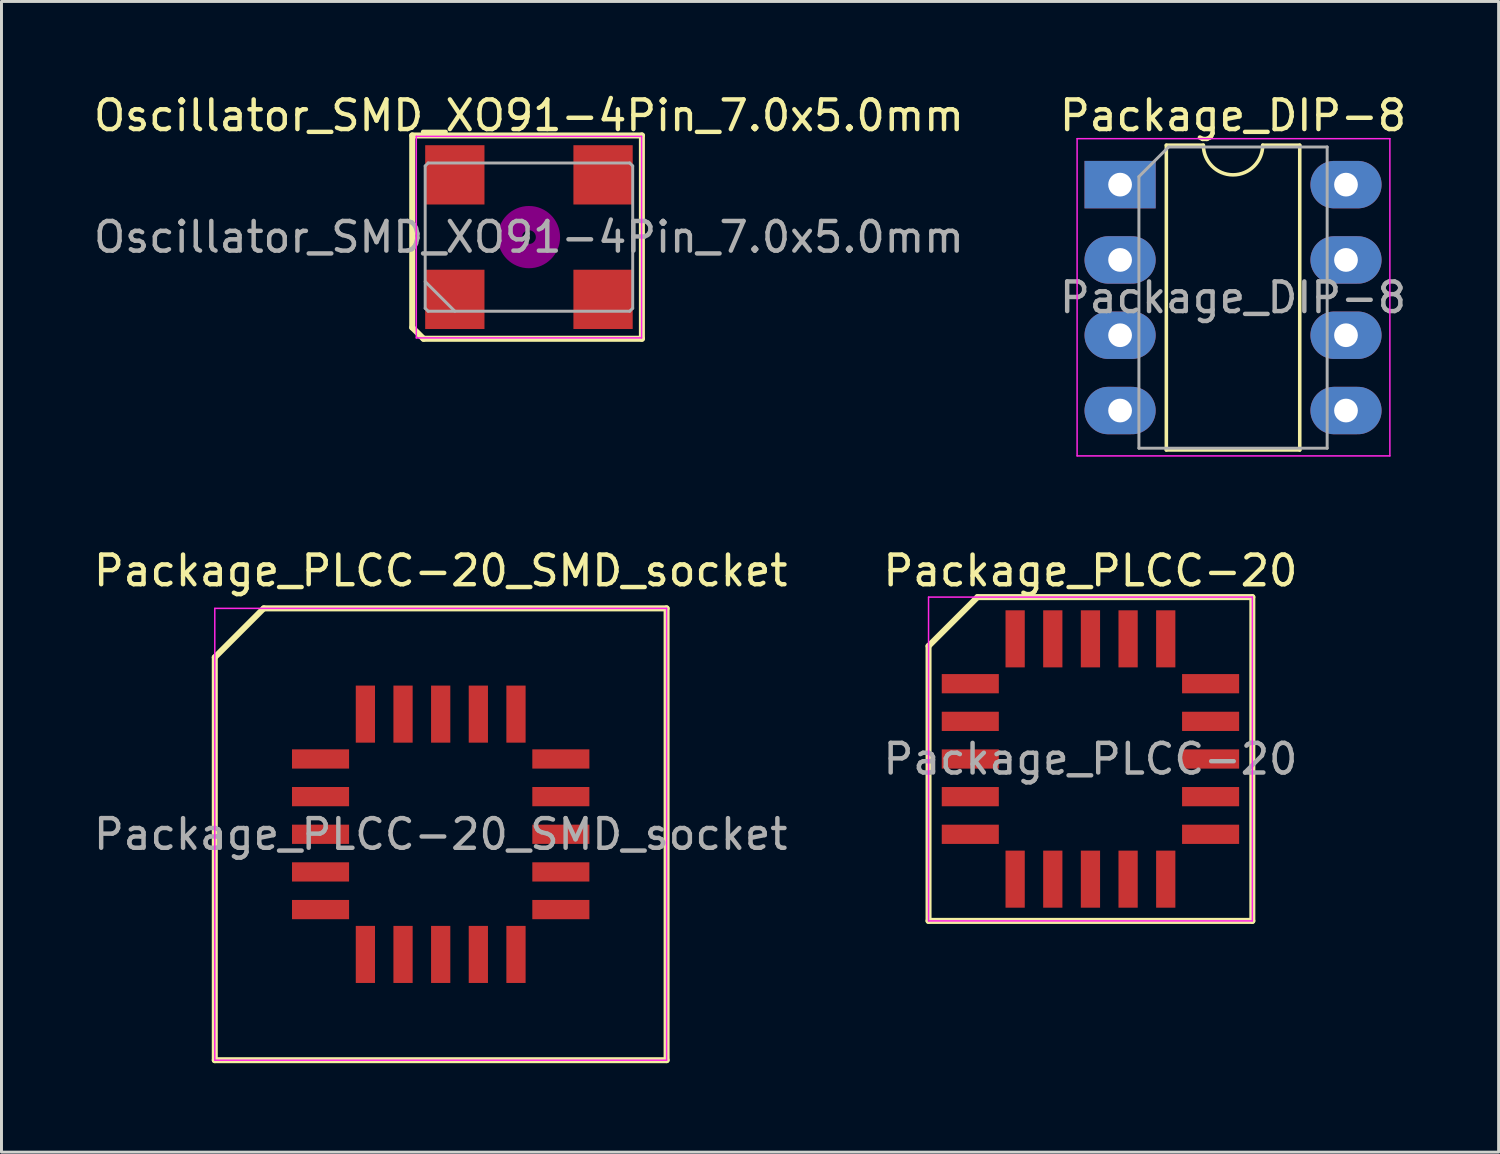
<source format=kicad_pcb>
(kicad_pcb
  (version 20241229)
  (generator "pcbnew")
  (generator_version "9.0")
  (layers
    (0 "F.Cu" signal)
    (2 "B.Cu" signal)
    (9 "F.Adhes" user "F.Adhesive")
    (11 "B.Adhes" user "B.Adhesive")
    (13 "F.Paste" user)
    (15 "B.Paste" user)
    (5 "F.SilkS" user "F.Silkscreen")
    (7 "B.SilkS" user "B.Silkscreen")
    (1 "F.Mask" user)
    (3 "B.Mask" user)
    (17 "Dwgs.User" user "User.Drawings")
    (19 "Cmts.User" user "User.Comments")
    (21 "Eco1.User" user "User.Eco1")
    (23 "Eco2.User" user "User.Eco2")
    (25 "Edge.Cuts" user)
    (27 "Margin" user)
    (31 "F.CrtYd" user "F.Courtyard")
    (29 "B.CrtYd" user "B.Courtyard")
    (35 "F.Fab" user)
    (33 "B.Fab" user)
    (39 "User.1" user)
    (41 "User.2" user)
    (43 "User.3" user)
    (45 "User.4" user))
  (footprint "Package_PLCC-20"
    (layer "F.Cu")
    (at 33.732 22.552)
    (property "Reference" "Package_PLCC-20" (at 0 -6.35 0) (layer "F.SilkS") (effects (font (size 1 1) (thickness 0.15))))
    (attr smd)
    (fp_line (start -5.461 -3.81) (end -5.461 5.461) (stroke (width 0.203) (type solid)) (layer "F.SilkS"))
    (fp_line (start -5.461 5.461) (end 5.461 5.461) (stroke (width 0.203) (type solid)) (layer "F.SilkS"))
    (fp_line (start -3.81 -5.461) (end -5.461 -3.81) (stroke (width 0.203) (type solid)) (layer "F.SilkS"))
    (fp_line (start 5.461 -5.461) (end -3.81 -5.461) (stroke (width 0.203) (type solid)) (layer "F.SilkS"))
    (fp_line (start 5.461 5.461) (end 5.461 -5.461) (stroke (width 0.203) (type solid)) (layer "F.SilkS"))
    (fp_line (start -5.461 -5.461) (end -5.461 5.461) (stroke (width 0.05) (type solid)) (layer "F.CrtYd"))
    (fp_line (start -5.461 5.461) (end 5.461 5.461) (stroke (width 0.05) (type solid)) (layer "F.CrtYd"))
    (fp_line (start 5.461 -5.461) (end -5.461 -5.461) (stroke (width 0.05) (type solid)) (layer "F.CrtYd"))
    (fp_line (start 5.461 5.461) (end 5.461 -5.461) (stroke (width 0.05) (type solid)) (layer "F.CrtYd"))
    (fp_text user "${REFERENCE}" (at 0 0 0) (layer "F.Fab") (effects (font (size 1 1) (thickness 0.15))))
    (pad "1" smd rect (at 0 -4.053) (size 0.649 1.925) (layers "F.Cu" "F.Mask" "F.Paste"))
    (pad "2" smd rect (at -1.27 -4.053) (size 0.649 1.925) (layers "F.Cu" "F.Mask" "F.Paste"))
    (pad "3" smd rect (at -2.54 -4.053) (size 0.649 1.925) (layers "F.Cu" "F.Mask" "F.Paste"))
    (pad "4" smd rect (at -4.053 -2.54 90) (size 0.649 1.925) (layers "F.Cu" "F.Mask" "F.Paste"))
    (pad "5" smd rect (at -4.053 -1.27 90) (size 0.649 1.925) (layers "F.Cu" "F.Mask" "F.Paste"))
    (pad "6" smd rect (at -4.053 0 90) (size 0.649 1.925) (layers "F.Cu" "F.Mask" "F.Paste"))
    (pad "7" smd rect (at -4.053 1.27 90) (size 0.649 1.925) (layers "F.Cu" "F.Mask" "F.Paste"))
    (pad "8" smd rect (at -4.053 2.54 90) (size 0.649 1.925) (layers "F.Cu" "F.Mask" "F.Paste"))
    (pad "9" smd rect (at -2.54 4.053) (size 0.649 1.925) (layers "F.Cu" "F.Mask" "F.Paste"))
    (pad "10" smd rect (at -1.27 4.053) (size 0.649 1.925) (layers "F.Cu" "F.Mask" "F.Paste"))
    (pad "11" smd rect (at 0 4.053) (size 0.649 1.925) (layers "F.Cu" "F.Mask" "F.Paste"))
    (pad "12" smd rect (at 1.27 4.053) (size 0.649 1.925) (layers "F.Cu" "F.Mask" "F.Paste"))
    (pad "13" smd rect (at 2.54 4.053) (size 0.649 1.925) (layers "F.Cu" "F.Mask" "F.Paste"))
    (pad "14" smd rect (at 4.053 2.54 90) (size 0.649 1.925) (layers "F.Cu" "F.Mask" "F.Paste"))
    (pad "15" smd rect (at 4.053 1.27 90) (size 0.649 1.925) (layers "F.Cu" "F.Mask" "F.Paste"))
    (pad "16" smd rect (at 4.053 0 90) (size 0.649 1.925) (layers "F.Cu" "F.Mask" "F.Paste"))
    (pad "17" smd rect (at 4.053 -1.27 90) (size 0.649 1.925) (layers "F.Cu" "F.Mask" "F.Paste"))
    (pad "18" smd rect (at 4.053 -2.54 90) (size 0.649 1.925) (layers "F.Cu" "F.Mask" "F.Paste"))
    (pad "19" smd rect (at 2.54 -4.053) (size 0.649 1.925) (layers "F.Cu" "F.Mask" "F.Paste"))
    (pad "20" smd rect (at 1.27 -4.053) (size 0.649 1.925) (layers "F.Cu" "F.Mask" "F.Paste")))
  (footprint "Oscillator_SMD_XO91-4Pin_7.0x5.0mm"
    (layer "F.Cu")
    (at 14.792 4.948)
    (property "Reference" "Oscillator_SMD_XO91-4Pin_7.0x5.0mm" (at 0 -4.1 0) (layer "F.SilkS") (effects (font (size 1 1) (thickness 0.15))))
    (attr smd)
    (fp_line (start -3.937 -3.429) (end 3.81 -3.429) (stroke (width 0.203) (type solid)) (layer "F.SilkS"))
    (fp_line (start -3.937 3.048) (end -3.937 -3.429) (stroke (width 0.203) (type solid)) (layer "F.SilkS"))
    (fp_line (start -3.556 3.429) (end -3.937 3.048) (stroke (width 0.203) (type solid)) (layer "F.SilkS"))
    (fp_line (start 3.81 -3.429) (end 3.81 3.429) (stroke (width 0.203) (type solid)) (layer "F.SilkS"))
    (fp_line (start 3.81 3.429) (end -3.556 3.429) (stroke (width 0.203) (type solid)) (layer "F.SilkS"))
    (fp_circle (center 0 0) (end 0.233 0) (stroke (width 0.467) (type solid)) (fill no) (layer "F.Adhes"))
    (fp_circle (center 0 0) (end 0.533 0) (stroke (width 0.333) (type solid)) (fill no) (layer "F.Adhes"))
    (fp_circle (center 0 0) (end 0.833 0) (stroke (width 0.333) (type solid)) (fill no) (layer "F.Adhes"))
    (fp_circle (center 0 0) (end 1 0) (stroke (width 0.1) (type solid)) (fill no) (layer "F.Adhes"))
    (fp_line (start -3.8 -3.4) (end -3.8 3.4) (stroke (width 0.05) (type solid)) (layer "F.CrtYd"))
    (fp_line (start -3.8 3.4) (end 3.8 3.4) (stroke (width 0.05) (type solid)) (layer "F.CrtYd"))
    (fp_line (start 3.8 -3.4) (end -3.8 -3.4) (stroke (width 0.05) (type solid)) (layer "F.CrtYd"))
    (fp_line (start 3.8 3.4) (end 3.8 -3.4) (stroke (width 0.05) (type solid)) (layer "F.CrtYd"))
    (fp_line (start -3.5 -2.4) (end -3.4 -2.5) (stroke (width 0.1) (type solid)) (layer "F.Fab"))
    (fp_line (start -3.5 1.5) (end -2.5 2.5) (stroke (width 0.1) (type solid)) (layer "F.Fab"))
    (fp_line (start -3.5 2.4) (end -3.5 -2.4) (stroke (width 0.1) (type solid)) (layer "F.Fab"))
    (fp_line (start -3.4 -2.5) (end 3.4 -2.5) (stroke (width 0.1) (type solid)) (layer "F.Fab"))
    (fp_line (start -3.4 2.5) (end -3.5 2.4) (stroke (width 0.1) (type solid)) (layer "F.Fab"))
    (fp_line (start 3.4 -2.5) (end 3.5 -2.4) (stroke (width 0.1) (type solid)) (layer "F.Fab"))
    (fp_line (start 3.4 2.5) (end -3.4 2.5) (stroke (width 0.1) (type solid)) (layer "F.Fab"))
    (fp_line (start 3.5 -2.4) (end 3.5 2.4) (stroke (width 0.1) (type solid)) (layer "F.Fab"))
    (fp_line (start 3.5 2.4) (end 3.4 2.5) (stroke (width 0.1) (type solid)) (layer "F.Fab"))
    (fp_text user "${REFERENCE}" (at 0 0 0) (layer "F.Fab") (effects (font (size 1 1) (thickness 0.15))))
    (pad "1" smd rect (at -2.5 2.1) (size 2 2) (layers "F.Cu" "F.Mask" "F.Paste"))
    (pad "2" smd rect (at 2.5 2.1) (size 2 2) (layers "F.Cu" "F.Mask" "F.Paste"))
    (pad "3" smd rect (at 2.5 -2.1) (size 2 2) (layers "F.Cu" "F.Mask" "F.Paste"))
    (pad "4" smd rect (at -2.5 -2.1) (size 2 2) (layers "F.Cu" "F.Mask" "F.Paste")))
  (footprint "Package_DIP-8"
    (layer "F.Cu")
    (at 38.542 6.988)
    (property "Reference" "Package_DIP-8" (at 0 -6.14 0) (layer "F.SilkS") (effects (font (size 1 1) (thickness 0.15))))
    (attr through_hole)
    (fp_line (start -2.25 -5.14) (end -2.25 5.14) (stroke (width 0.12) (type solid)) (layer "F.SilkS"))
    (fp_line (start -2.25 5.14) (end 2.25 5.14) (stroke (width 0.12) (type solid)) (layer "F.SilkS"))
    (fp_line (start -1 -5.14) (end -2.25 -5.14) (stroke (width 0.12) (type solid)) (layer "F.SilkS"))
    (fp_line (start 2.25 -5.14) (end 1 -5.14) (stroke (width 0.12) (type solid)) (layer "F.SilkS"))
    (fp_line (start 2.25 5.14) (end 2.25 -5.14) (stroke (width 0.12) (type solid)) (layer "F.SilkS"))
    (fp_arc (start 1 -5.14) (mid 0 -4.14) (end -1 -5.14) (stroke (width 0.12) (type solid)) (layer "F.SilkS"))
    (fp_line (start -5.26 -5.36) (end -5.26 5.34) (stroke (width 0.05) (type solid)) (layer "F.CrtYd"))
    (fp_line (start -5.26 5.34) (end 5.29 5.34) (stroke (width 0.05) (type solid)) (layer "F.CrtYd"))
    (fp_line (start 5.29 -5.36) (end -5.26 -5.36) (stroke (width 0.05) (type solid)) (layer "F.CrtYd"))
    (fp_line (start 5.29 5.34) (end 5.29 -5.36) (stroke (width 0.05) (type solid)) (layer "F.CrtYd"))
    (fp_line (start -3.175 -4.08) (end -2.175 -5.08) (stroke (width 0.1) (type solid)) (layer "F.Fab"))
    (fp_line (start -3.175 5.08) (end -3.175 -4.08) (stroke (width 0.1) (type solid)) (layer "F.Fab"))
    (fp_line (start -2.175 -5.08) (end 3.175 -5.08) (stroke (width 0.1) (type solid)) (layer "F.Fab"))
    (fp_line (start 3.175 -5.08) (end 3.175 5.08) (stroke (width 0.1) (type solid)) (layer "F.Fab"))
    (fp_line (start 3.175 5.08) (end -3.175 5.08) (stroke (width 0.1) (type solid)) (layer "F.Fab"))
    (fp_text user "${REFERENCE}" (at 0 0 0) (layer "F.Fab") (effects (font (size 1 1) (thickness 0.15))))
    (pad "1" thru_hole rect (at -3.81 -3.81) (size 2.4 1.6) (drill 0.8) (layers "*.Cu" "*.Mask"))
    (pad "2" thru_hole oval (at -3.81 -1.27) (size 2.4 1.6) (drill 0.8) (layers "*.Cu" "*.Mask"))
    (pad "3" thru_hole oval (at -3.81 1.27) (size 2.4 1.6) (drill 0.8) (layers "*.Cu" "*.Mask"))
    (pad "4" thru_hole oval (at -3.81 3.81) (size 2.4 1.6) (drill 0.8) (layers "*.Cu" "*.Mask"))
    (pad "5" thru_hole oval (at 3.81 3.81) (size 2.4 1.6) (drill 0.8) (layers "*.Cu" "*.Mask"))
    (pad "6" thru_hole oval (at 3.81 1.27) (size 2.4 1.6) (drill 0.8) (layers "*.Cu" "*.Mask"))
    (pad "7" thru_hole oval (at 3.81 -1.27) (size 2.4 1.6) (drill 0.8) (layers "*.Cu" "*.Mask"))
    (pad "8" thru_hole oval (at 3.81 -3.81) (size 2.4 1.6) (drill 0.8) (layers "*.Cu" "*.Mask")))
  (footprint "Package_PLCC-20_SMD_socket"
    (layer "F.Cu")
    (at 11.815 25.091)
    (property "Reference" "Package_PLCC-20_SMD_socket" (at 0 -8.89 0) (layer "F.SilkS") (effects (font (size 1 1) (thickness 0.15))))
    (attr smd)
    (fp_line (start -7.62 -5.969) (end -7.62 7.62) (stroke (width 0.203) (type solid)) (layer "F.SilkS"))
    (fp_line (start -7.62 7.62) (end 7.62 7.62) (stroke (width 0.203) (type solid)) (layer "F.SilkS"))
    (fp_line (start -5.969 -7.62) (end -7.62 -5.969) (stroke (width 0.203) (type solid)) (layer "F.SilkS"))
    (fp_line (start 7.62 -7.62) (end -5.969 -7.62) (stroke (width 0.203) (type solid)) (layer "F.SilkS"))
    (fp_line (start 7.62 7.62) (end 7.62 -7.62) (stroke (width 0.203) (type solid)) (layer "F.SilkS"))
    (fp_line (start -7.62 -7.62) (end -7.62 7.62) (stroke (width 0.05) (type solid)) (layer "F.CrtYd"))
    (fp_line (start -7.62 7.62) (end 7.62 7.62) (stroke (width 0.05) (type solid)) (layer "F.CrtYd"))
    (fp_line (start 7.62 -7.62) (end -7.62 -7.62) (stroke (width 0.05) (type solid)) (layer "F.CrtYd"))
    (fp_line (start 7.62 7.62) (end 7.62 -7.62) (stroke (width 0.05) (type solid)) (layer "F.CrtYd"))
    (fp_text user "${REFERENCE}" (at 0 0 0) (layer "F.Fab") (effects (font (size 1 1) (thickness 0.15))))
    (pad "1" smd rect (at 0 -4.053) (size 0.649 1.925) (layers "F.Cu" "F.Mask" "F.Paste"))
    (pad "2" smd rect (at -1.27 -4.053) (size 0.649 1.925) (layers "F.Cu" "F.Mask" "F.Paste"))
    (pad "3" smd rect (at -2.54 -4.053) (size 0.649 1.925) (layers "F.Cu" "F.Mask" "F.Paste"))
    (pad "4" smd rect (at -4.053 -2.54 90) (size 0.649 1.925) (layers "F.Cu" "F.Mask" "F.Paste"))
    (pad "5" smd rect (at -4.053 -1.27 90) (size 0.649 1.925) (layers "F.Cu" "F.Mask" "F.Paste"))
    (pad "6" smd rect (at -4.053 0 90) (size 0.649 1.925) (layers "F.Cu" "F.Mask" "F.Paste"))
    (pad "7" smd rect (at -4.053 1.27 90) (size 0.649 1.925) (layers "F.Cu" "F.Mask" "F.Paste"))
    (pad "8" smd rect (at -4.053 2.54 90) (size 0.649 1.925) (layers "F.Cu" "F.Mask" "F.Paste"))
    (pad "9" smd rect (at -2.54 4.053) (size 0.649 1.925) (layers "F.Cu" "F.Mask" "F.Paste"))
    (pad "10" smd rect (at -1.27 4.053) (size 0.649 1.925) (layers "F.Cu" "F.Mask" "F.Paste"))
    (pad "11" smd rect (at 0 4.053) (size 0.649 1.925) (layers "F.Cu" "F.Mask" "F.Paste"))
    (pad "12" smd rect (at 1.27 4.053) (size 0.649 1.925) (layers "F.Cu" "F.Mask" "F.Paste"))
    (pad "13" smd rect (at 2.54 4.053) (size 0.649 1.925) (layers "F.Cu" "F.Mask" "F.Paste"))
    (pad "14" smd rect (at 4.053 2.54 90) (size 0.649 1.925) (layers "F.Cu" "F.Mask" "F.Paste"))
    (pad "15" smd rect (at 4.053 1.27 90) (size 0.649 1.925) (layers "F.Cu" "F.Mask" "F.Paste"))
    (pad "16" smd rect (at 4.053 0 90) (size 0.649 1.925) (layers "F.Cu" "F.Mask" "F.Paste"))
    (pad "17" smd rect (at 4.053 -1.27 90) (size 0.649 1.925) (layers "F.Cu" "F.Mask" "F.Paste"))
    (pad "18" smd rect (at 4.053 -2.54 90) (size 0.649 1.925) (layers "F.Cu" "F.Mask" "F.Paste"))
    (pad "19" smd rect (at 2.54 -4.053) (size 0.649 1.925) (layers "F.Cu" "F.Mask" "F.Paste"))
    (pad "20" smd rect (at 1.27 -4.053) (size 0.649 1.925) (layers "F.Cu" "F.Mask" "F.Paste")))
  (gr_rect
    (start -3 -3)
    (end 47.5 35.813)
    (stroke (width 0.1) (type default))
    (fill no)
    (layer "Edge.Cuts")))
</source>
